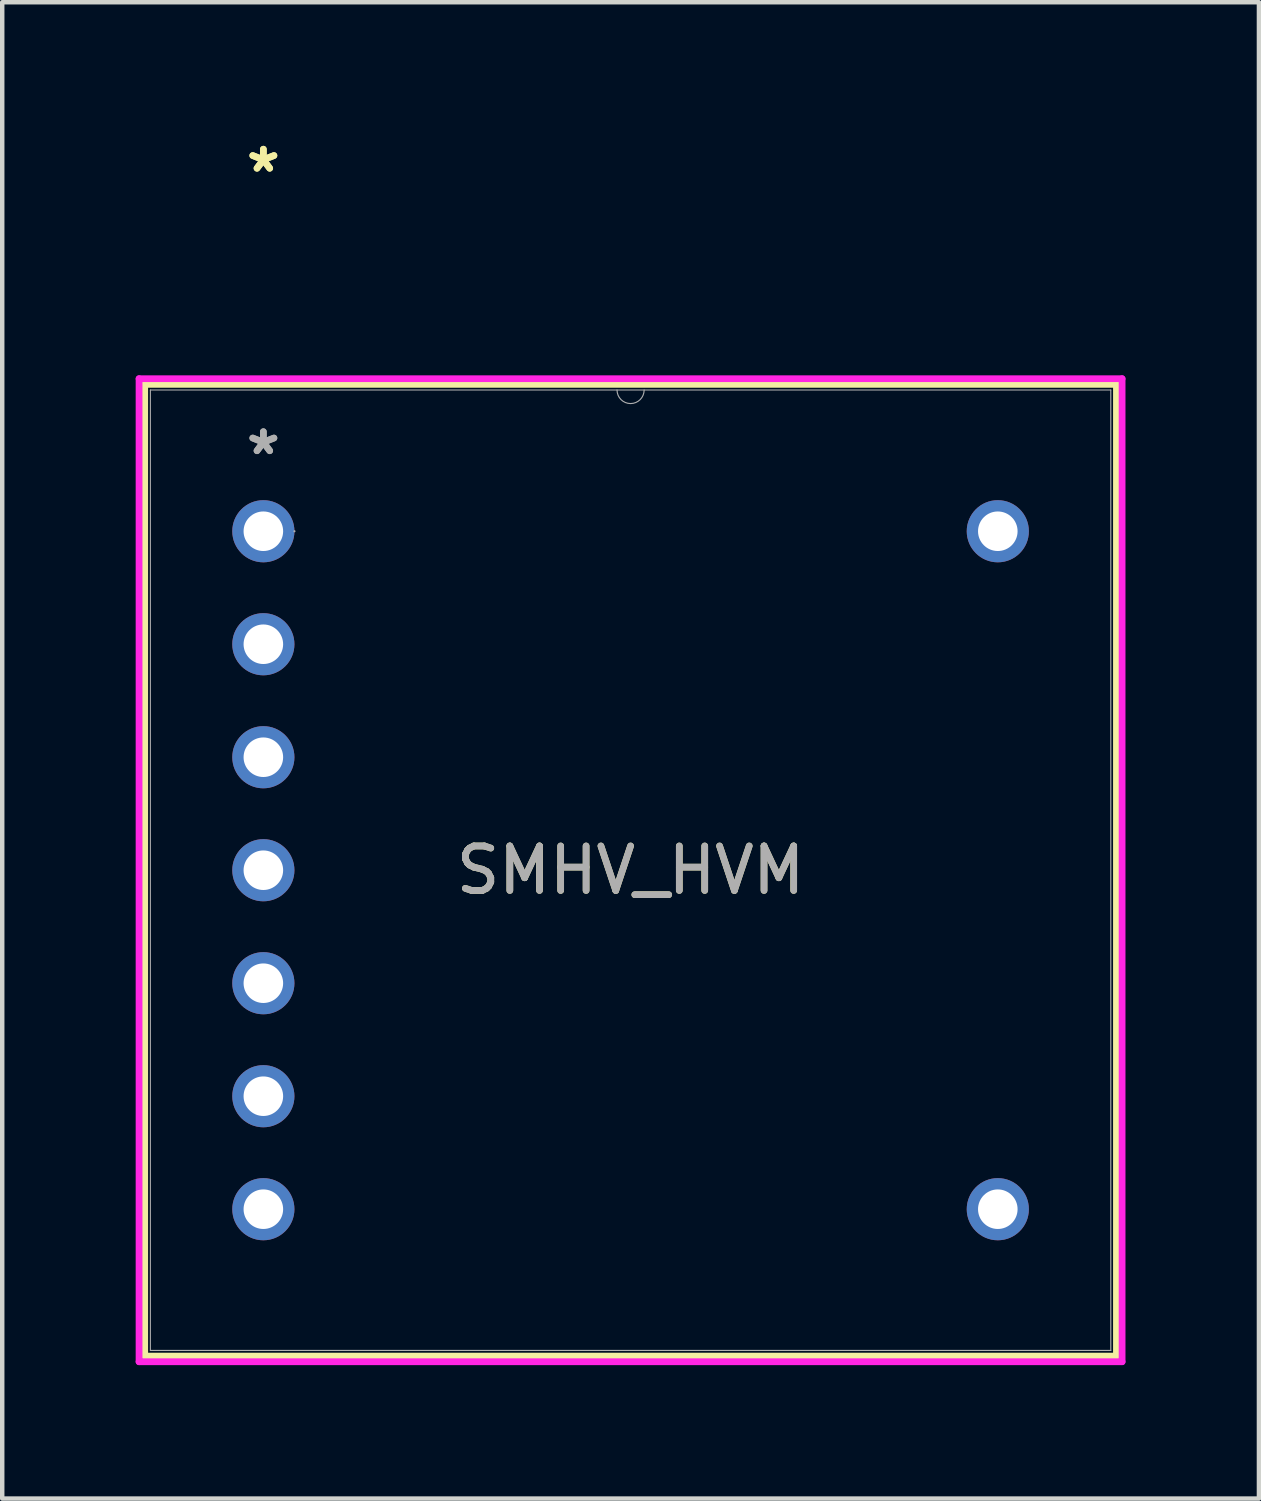
<source format=kicad_pcb>
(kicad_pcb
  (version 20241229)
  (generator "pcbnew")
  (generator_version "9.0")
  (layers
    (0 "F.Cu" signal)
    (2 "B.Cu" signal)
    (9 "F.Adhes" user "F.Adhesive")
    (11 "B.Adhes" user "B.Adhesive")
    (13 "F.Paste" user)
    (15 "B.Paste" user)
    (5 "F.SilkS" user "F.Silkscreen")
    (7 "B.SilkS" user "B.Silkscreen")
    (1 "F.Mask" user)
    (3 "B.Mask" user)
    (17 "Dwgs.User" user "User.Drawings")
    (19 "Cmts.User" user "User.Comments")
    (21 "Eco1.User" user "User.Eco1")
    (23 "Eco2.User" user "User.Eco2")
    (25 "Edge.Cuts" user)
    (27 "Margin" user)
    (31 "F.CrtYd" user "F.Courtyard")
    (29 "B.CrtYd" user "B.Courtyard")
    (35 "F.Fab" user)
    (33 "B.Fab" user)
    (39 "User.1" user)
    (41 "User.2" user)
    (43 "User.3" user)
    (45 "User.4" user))
  (footprint "SMHV_HVM"
    (layer "F.Cu")
    (at 2.87 8.892)
    (property "Reference" "SMHV_HVM" (at 8.255 7.62 0) (unlocked yes) (layer "F.SilkS") (effects (font (size 1 1) (thickness 0.15))))
    (attr through_hole)
    (fp_line (start -2.667 -3.302) (end -2.667 18.542) (stroke (width 0.152) (type solid)) (layer "F.SilkS"))
    (fp_line (start -2.667 18.542) (end 19.177 18.542) (stroke (width 0.152) (type solid)) (layer "F.SilkS"))
    (fp_line (start 19.177 -3.302) (end -2.667 -3.302) (stroke (width 0.152) (type solid)) (layer "F.SilkS"))
    (fp_line (start 19.177 18.542) (end 19.177 -3.302) (stroke (width 0.152) (type solid)) (layer "F.SilkS"))
    (fp_line (start -2.794 -3.429) (end 19.304 -3.429) (stroke (width 0.152) (type solid)) (layer "F.CrtYd"))
    (fp_line (start -2.794 18.669) (end -2.794 -3.429) (stroke (width 0.152) (type solid)) (layer "F.CrtYd"))
    (fp_line (start 19.304 -3.429) (end 19.304 18.669) (stroke (width 0.152) (type solid)) (layer "F.CrtYd"))
    (fp_line (start 19.304 18.669) (end -2.794 18.669) (stroke (width 0.152) (type solid)) (layer "F.CrtYd"))
    (fp_line (start -2.54 -3.175) (end -2.54 18.415) (stroke (width 0.025) (type solid)) (layer "F.Fab"))
    (fp_line (start -2.54 18.415) (end 19.05 18.415) (stroke (width 0.025) (type solid)) (layer "F.Fab"))
    (fp_line (start 19.05 -3.175) (end -2.54 -3.175) (stroke (width 0.025) (type solid)) (layer "F.Fab"))
    (fp_line (start 19.05 18.415) (end 19.05 -3.175) (stroke (width 0.025) (type solid)) (layer "F.Fab"))
    (fp_arc (start 8.5598 -3.175) (mid 8.255 -2.8702) (end 7.9502 -3.175) (stroke (width 0.0254) (type solid)) (layer "F.Fab"))
    (fp_circle (center 0.699 0) (end 0.699 0) (stroke (width 0.025) (type solid)) (fill no) (layer "F.Fab"))
    (fp_text user "*" (at 0 -8.043 0) (unlocked yes) (layer "F.SilkS") (effects (font (size 1 1) (thickness 0.15))))
    (fp_text user "*" (at 0 -8.043 0) (layer "F.SilkS") (effects (font (size 1 1) (thickness 0.15))))
    (fp_text user "*" (at 0 -1.693 0) (unlocked yes) (layer "F.Fab") (effects (font (size 1 1) (thickness 0.15))))
    (fp_text user "${REFERENCE}" (at 8.255 7.62 0) (unlocked yes) (layer "F.Fab") (effects (font (size 1 1) (thickness 0.15))))
    (fp_text user "*" (at 0 -1.693 0) (layer "F.Fab") (effects (font (size 1 1) (thickness 0.15))))
    (pad "1" thru_hole circle (at 0 0) (size 1.397 1.397) (drill 0.889) (layers "*.Cu" "*.Mask"))
    (pad "2" thru_hole circle (at 0 2.54) (size 1.397 1.397) (drill 0.889) (layers "*.Cu" "*.Mask"))
    (pad "3" thru_hole circle (at 0 5.08) (size 1.397 1.397) (drill 0.889) (layers "*.Cu" "*.Mask"))
    (pad "4" thru_hole circle (at 0 7.62) (size 1.397 1.397) (drill 0.889) (layers "*.Cu" "*.Mask"))
    (pad "5" thru_hole circle (at 0 10.16) (size 1.397 1.397) (drill 0.889) (layers "*.Cu" "*.Mask"))
    (pad "6" thru_hole circle (at 0 12.7) (size 1.397 1.397) (drill 0.889) (layers "*.Cu" "*.Mask"))
    (pad "7" thru_hole circle (at 0 15.24) (size 1.397 1.397) (drill 0.889) (layers "*.Cu" "*.Mask"))
    (pad "8" thru_hole circle (at 16.51 15.24) (size 1.397 1.397) (drill 0.889) (layers "*.Cu" "*.Mask"))
    (pad "9" thru_hole circle (at 16.51 0) (size 1.397 1.397) (drill 0.889) (layers "*.Cu" "*.Mask")))
  (gr_rect
    (start -3 -3)
    (end 25.25 30.637)
    (stroke (width 0.1) (type default))
    (fill no)
    (layer "Edge.Cuts")))
</source>
